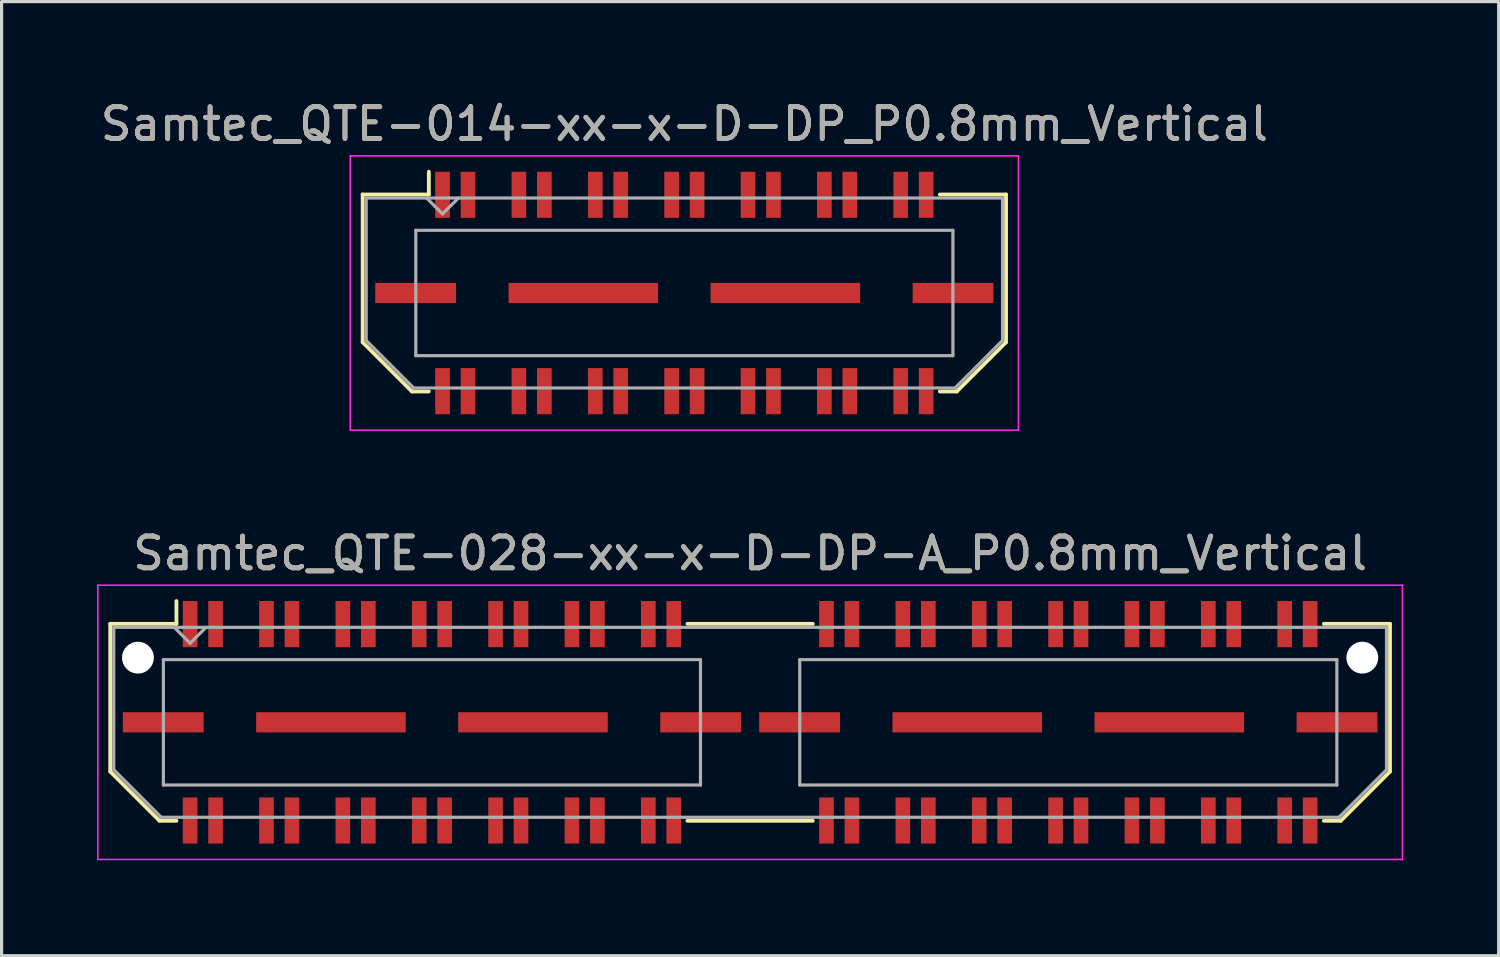
<source format=kicad_pcb>
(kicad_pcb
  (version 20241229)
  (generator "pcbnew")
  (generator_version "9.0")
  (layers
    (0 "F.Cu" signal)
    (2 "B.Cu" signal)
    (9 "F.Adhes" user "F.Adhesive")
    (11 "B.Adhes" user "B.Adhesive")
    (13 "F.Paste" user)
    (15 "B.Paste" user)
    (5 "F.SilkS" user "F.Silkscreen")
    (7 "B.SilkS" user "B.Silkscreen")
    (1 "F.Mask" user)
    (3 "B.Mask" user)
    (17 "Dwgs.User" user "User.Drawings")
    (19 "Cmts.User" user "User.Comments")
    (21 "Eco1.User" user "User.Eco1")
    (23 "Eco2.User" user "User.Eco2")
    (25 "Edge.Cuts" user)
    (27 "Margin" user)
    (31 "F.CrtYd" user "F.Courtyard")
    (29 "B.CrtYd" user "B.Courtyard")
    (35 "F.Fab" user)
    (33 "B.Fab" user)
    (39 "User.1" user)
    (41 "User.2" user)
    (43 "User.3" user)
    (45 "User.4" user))
  (footprint "Samtec_QTE-028-xx-x-D-DP-A_P0.8mm_Vertical"
    (layer "F.Cu")
    (at 20.525 19.651)
    (property "Reference" "Samtec_QTE-028-xx-x-D-DP-A_P0.8mm_Vertical" (at 0 -5.31 0) (layer "F.SilkS") (effects (font (size 1 1) (thickness 0.15))))
    (attr smd)
    (fp_line (start -20.11 -3.095) (end -20.11 1.548) (stroke (width 0.12) (type solid)) (layer "F.SilkS"))
    (fp_line (start -20.11 1.548) (end -18.562 3.095) (stroke (width 0.12) (type solid)) (layer "F.SilkS"))
    (fp_line (start -18.562 3.095) (end -18.03 3.095) (stroke (width 0.12) (type solid)) (layer "F.SilkS"))
    (fp_line (start -18.03 -3.811) (end -18.03 -3.095) (stroke (width 0.12) (type solid)) (layer "F.SilkS"))
    (fp_line (start -18.03 -3.095) (end -20.11 -3.095) (stroke (width 0.12) (type solid)) (layer "F.SilkS"))
    (fp_line (start -1.97 -3.095) (end 1.97 -3.095) (stroke (width 0.12) (type solid)) (layer "F.SilkS"))
    (fp_line (start -1.97 3.095) (end 1.97 3.095) (stroke (width 0.12) (type solid)) (layer "F.SilkS"))
    (fp_line (start 18.03 -3.095) (end 20.11 -3.095) (stroke (width 0.12) (type solid)) (layer "F.SilkS"))
    (fp_line (start 18.562 3.095) (end 18.03 3.095) (stroke (width 0.12) (type solid)) (layer "F.SilkS"))
    (fp_line (start 20.11 -3.095) (end 20.11 1.548) (stroke (width 0.12) (type solid)) (layer "F.SilkS"))
    (fp_line (start 20.11 1.548) (end 18.562 3.095) (stroke (width 0.12) (type solid)) (layer "F.SilkS"))
    (fp_line (start -20.5 -4.31) (end -20.5 4.31) (stroke (width 0.05) (type solid)) (layer "F.CrtYd"))
    (fp_line (start -20.5 4.31) (end 20.5 4.31) (stroke (width 0.05) (type solid)) (layer "F.CrtYd"))
    (fp_line (start 20.5 -4.31) (end -20.5 -4.31) (stroke (width 0.05) (type solid)) (layer "F.CrtYd"))
    (fp_line (start 20.5 4.31) (end 20.5 -4.31) (stroke (width 0.05) (type solid)) (layer "F.CrtYd"))
    (fp_line (start -20 -2.985) (end -20 1.492) (stroke (width 0.1) (type solid)) (layer "F.Fab"))
    (fp_line (start -20 -2.985) (end 20 -2.985) (stroke (width 0.1) (type solid)) (layer "F.Fab"))
    (fp_line (start -20 1.492) (end -18.508 2.985) (stroke (width 0.1) (type solid)) (layer "F.Fab"))
    (fp_line (start -18.508 2.985) (end 18.508 2.985) (stroke (width 0.1) (type solid)) (layer "F.Fab"))
    (fp_line (start -18.44 -1.97) (end -18.44 1.97) (stroke (width 0.1) (type solid)) (layer "F.Fab"))
    (fp_line (start -18.44 1.97) (end -1.56 1.97) (stroke (width 0.1) (type solid)) (layer "F.Fab"))
    (fp_line (start -17.6 -2.485) (end -18.1 -2.985) (stroke (width 0.1) (type solid)) (layer "F.Fab"))
    (fp_line (start -17.1 -2.985) (end -17.6 -2.485) (stroke (width 0.1) (type solid)) (layer "F.Fab"))
    (fp_line (start -1.56 -1.97) (end -18.44 -1.97) (stroke (width 0.1) (type solid)) (layer "F.Fab"))
    (fp_line (start -1.56 1.97) (end -1.56 -1.97) (stroke (width 0.1) (type solid)) (layer "F.Fab"))
    (fp_line (start 1.56 -1.97) (end 1.56 1.97) (stroke (width 0.1) (type solid)) (layer "F.Fab"))
    (fp_line (start 1.56 1.97) (end 18.44 1.97) (stroke (width 0.1) (type solid)) (layer "F.Fab"))
    (fp_line (start 18.44 -1.97) (end 1.56 -1.97) (stroke (width 0.1) (type solid)) (layer "F.Fab"))
    (fp_line (start 18.44 1.97) (end 18.44 -1.97) (stroke (width 0.1) (type solid)) (layer "F.Fab"))
    (fp_line (start 20 -2.985) (end 20 1.492) (stroke (width 0.1) (type solid)) (layer "F.Fab"))
    (fp_line (start 20 1.492) (end 18.508 2.985) (stroke (width 0.1) (type solid)) (layer "F.Fab"))
    (fp_text user "${REFERENCE}" (at 0 -5.31 0) (layer "F.Fab") (effects (font (size 1 1) (thickness 0.15))))
    (pad "" np_thru_hole circle (at -19.24 -2.032) (size 1 1) (drill 1) (layers "*.Cu" "*.Mask"))
    (pad "" np_thru_hole circle (at 19.24 -2.032) (size 1 1) (drill 1) (layers "*.Cu" "*.Mask"))
    (pad "1" smd rect (at -17.6 -3.086) (size 0.46 1.45) (layers "F.Cu" "F.Mask" "F.Paste"))
    (pad "2" smd rect (at -17.6 3.086) (size 0.46 1.45) (layers "F.Cu" "F.Mask" "F.Paste"))
    (pad "3" smd rect (at -16.8 -3.086) (size 0.46 1.45) (layers "F.Cu" "F.Mask" "F.Paste"))
    (pad "4" smd rect (at -16.8 3.086) (size 0.46 1.45) (layers "F.Cu" "F.Mask" "F.Paste"))
    (pad "5" smd rect (at -15.2 -3.086) (size 0.46 1.45) (layers "F.Cu" "F.Mask" "F.Paste"))
    (pad "6" smd rect (at -15.2 3.086) (size 0.46 1.45) (layers "F.Cu" "F.Mask" "F.Paste"))
    (pad "7" smd rect (at -14.4 -3.086) (size 0.46 1.45) (layers "F.Cu" "F.Mask" "F.Paste"))
    (pad "8" smd rect (at -14.4 3.086) (size 0.46 1.45) (layers "F.Cu" "F.Mask" "F.Paste"))
    (pad "9" smd rect (at -12.8 -3.086) (size 0.46 1.45) (layers "F.Cu" "F.Mask" "F.Paste"))
    (pad "10" smd rect (at -12.8 3.086) (size 0.46 1.45) (layers "F.Cu" "F.Mask" "F.Paste"))
    (pad "11" smd rect (at -12 -3.086) (size 0.46 1.45) (layers "F.Cu" "F.Mask" "F.Paste"))
    (pad "12" smd rect (at -12 3.086) (size 0.46 1.45) (layers "F.Cu" "F.Mask" "F.Paste"))
    (pad "13" smd rect (at -10.4 -3.086) (size 0.46 1.45) (layers "F.Cu" "F.Mask" "F.Paste"))
    (pad "14" smd rect (at -10.4 3.086) (size 0.46 1.45) (layers "F.Cu" "F.Mask" "F.Paste"))
    (pad "15" smd rect (at -9.6 -3.086) (size 0.46 1.45) (layers "F.Cu" "F.Mask" "F.Paste"))
    (pad "16" smd rect (at -9.6 3.086) (size 0.46 1.45) (layers "F.Cu" "F.Mask" "F.Paste"))
    (pad "17" smd rect (at -8 -3.086) (size 0.46 1.45) (layers "F.Cu" "F.Mask" "F.Paste"))
    (pad "18" smd rect (at -8 3.086) (size 0.46 1.45) (layers "F.Cu" "F.Mask" "F.Paste"))
    (pad "19" smd rect (at -7.2 -3.086) (size 0.46 1.45) (layers "F.Cu" "F.Mask" "F.Paste"))
    (pad "20" smd rect (at -7.2 3.086) (size 0.46 1.45) (layers "F.Cu" "F.Mask" "F.Paste"))
    (pad "21" smd rect (at -5.6 -3.086) (size 0.46 1.45) (layers "F.Cu" "F.Mask" "F.Paste"))
    (pad "22" smd rect (at -5.6 3.086) (size 0.46 1.45) (layers "F.Cu" "F.Mask" "F.Paste"))
    (pad "23" smd rect (at -4.8 -3.086) (size 0.46 1.45) (layers "F.Cu" "F.Mask" "F.Paste"))
    (pad "24" smd rect (at -4.8 3.086) (size 0.46 1.45) (layers "F.Cu" "F.Mask" "F.Paste"))
    (pad "25" smd rect (at -3.2 -3.086) (size 0.46 1.45) (layers "F.Cu" "F.Mask" "F.Paste"))
    (pad "26" smd rect (at -3.2 3.086) (size 0.46 1.45) (layers "F.Cu" "F.Mask" "F.Paste"))
    (pad "27" smd rect (at -2.4 -3.086) (size 0.46 1.45) (layers "F.Cu" "F.Mask" "F.Paste"))
    (pad "28" smd rect (at -2.4 3.086) (size 0.46 1.45) (layers "F.Cu" "F.Mask" "F.Paste"))
    (pad "29" smd rect (at 2.4 -3.086) (size 0.46 1.45) (layers "F.Cu" "F.Mask" "F.Paste"))
    (pad "30" smd rect (at 2.4 3.086) (size 0.46 1.45) (layers "F.Cu" "F.Mask" "F.Paste"))
    (pad "31" smd rect (at 3.2 -3.086) (size 0.46 1.45) (layers "F.Cu" "F.Mask" "F.Paste"))
    (pad "32" smd rect (at 3.2 3.086) (size 0.46 1.45) (layers "F.Cu" "F.Mask" "F.Paste"))
    (pad "33" smd rect (at 4.8 -3.086) (size 0.46 1.45) (layers "F.Cu" "F.Mask" "F.Paste"))
    (pad "34" smd rect (at 4.8 3.086) (size 0.46 1.45) (layers "F.Cu" "F.Mask" "F.Paste"))
    (pad "35" smd rect (at 5.6 -3.086) (size 0.46 1.45) (layers "F.Cu" "F.Mask" "F.Paste"))
    (pad "36" smd rect (at 5.6 3.086) (size 0.46 1.45) (layers "F.Cu" "F.Mask" "F.Paste"))
    (pad "37" smd rect (at 7.2 -3.086) (size 0.46 1.45) (layers "F.Cu" "F.Mask" "F.Paste"))
    (pad "38" smd rect (at 7.2 3.086) (size 0.46 1.45) (layers "F.Cu" "F.Mask" "F.Paste"))
    (pad "39" smd rect (at 8 -3.086) (size 0.46 1.45) (layers "F.Cu" "F.Mask" "F.Paste"))
    (pad "40" smd rect (at 8 3.086) (size 0.46 1.45) (layers "F.Cu" "F.Mask" "F.Paste"))
    (pad "41" smd rect (at 9.6 -3.086) (size 0.46 1.45) (layers "F.Cu" "F.Mask" "F.Paste"))
    (pad "42" smd rect (at 9.6 3.086) (size 0.46 1.45) (layers "F.Cu" "F.Mask" "F.Paste"))
    (pad "43" smd rect (at 10.4 -3.086) (size 0.46 1.45) (layers "F.Cu" "F.Mask" "F.Paste"))
    (pad "44" smd rect (at 10.4 3.086) (size 0.46 1.45) (layers "F.Cu" "F.Mask" "F.Paste"))
    (pad "45" smd rect (at 12 -3.086) (size 0.46 1.45) (layers "F.Cu" "F.Mask" "F.Paste"))
    (pad "46" smd rect (at 12 3.086) (size 0.46 1.45) (layers "F.Cu" "F.Mask" "F.Paste"))
    (pad "47" smd rect (at 12.8 -3.086) (size 0.46 1.45) (layers "F.Cu" "F.Mask" "F.Paste"))
    (pad "48" smd rect (at 12.8 3.086) (size 0.46 1.45) (layers "F.Cu" "F.Mask" "F.Paste"))
    (pad "49" smd rect (at 14.4 -3.086) (size 0.46 1.45) (layers "F.Cu" "F.Mask" "F.Paste"))
    (pad "50" smd rect (at 14.4 3.086) (size 0.46 1.45) (layers "F.Cu" "F.Mask" "F.Paste"))
    (pad "51" smd rect (at 15.2 -3.086) (size 0.46 1.45) (layers "F.Cu" "F.Mask" "F.Paste"))
    (pad "52" smd rect (at 15.2 3.086) (size 0.46 1.45) (layers "F.Cu" "F.Mask" "F.Paste"))
    (pad "53" smd rect (at 16.8 -3.086) (size 0.46 1.45) (layers "F.Cu" "F.Mask" "F.Paste"))
    (pad "54" smd rect (at 16.8 3.086) (size 0.46 1.45) (layers "F.Cu" "F.Mask" "F.Paste"))
    (pad "55" smd rect (at 17.6 -3.086) (size 0.46 1.45) (layers "F.Cu" "F.Mask" "F.Paste"))
    (pad "56" smd rect (at 17.6 3.086) (size 0.46 1.45) (layers "F.Cu" "F.Mask" "F.Paste"))
    (pad "P1" smd rect (at -18.445 0) (size 2.54 0.635) (layers "F.Cu" "F.Mask" "F.Paste"))
    (pad "P1" smd rect (at -13.175 0) (size 4.7 0.635) (layers "F.Cu" "F.Mask" "F.Paste"))
    (pad "P1" smd rect (at -6.825 0) (size 4.7 0.635) (layers "F.Cu" "F.Mask" "F.Paste"))
    (pad "P1" smd rect (at -1.555 0) (size 2.54 0.635) (layers "F.Cu" "F.Mask" "F.Paste"))
    (pad "P2" smd rect (at 1.555 0) (size 2.54 0.635) (layers "F.Cu" "F.Mask" "F.Paste"))
    (pad "P2" smd rect (at 6.825 0) (size 4.7 0.635) (layers "F.Cu" "F.Mask" "F.Paste"))
    (pad "P2" smd rect (at 13.175 0) (size 4.7 0.635) (layers "F.Cu" "F.Mask" "F.Paste"))
    (pad "P2" smd rect (at 18.445 0) (size 2.54 0.635) (layers "F.Cu" "F.Mask" "F.Paste")))
  (footprint "Samtec_QTE-014-xx-x-D-DP_P0.8mm_Vertical"
    (layer "F.Cu")
    (at 18.458 6.158)
    (property "Reference" "Samtec_QTE-014-xx-x-D-DP_P0.8mm_Vertical" (at 0 -5.31 0) (layer "F.SilkS") (effects (font (size 1 1) (thickness 0.15))))
    (attr smd)
    (fp_line (start -10.11 -3.095) (end -10.11 1.548) (stroke (width 0.12) (type solid)) (layer "F.SilkS"))
    (fp_line (start -10.11 1.548) (end -8.562 3.095) (stroke (width 0.12) (type solid)) (layer "F.SilkS"))
    (fp_line (start -8.562 3.095) (end -8.03 3.095) (stroke (width 0.12) (type solid)) (layer "F.SilkS"))
    (fp_line (start -8.03 -3.811) (end -8.03 -3.095) (stroke (width 0.12) (type solid)) (layer "F.SilkS"))
    (fp_line (start -8.03 -3.095) (end -10.11 -3.095) (stroke (width 0.12) (type solid)) (layer "F.SilkS"))
    (fp_line (start 8.03 -3.095) (end 10.11 -3.095) (stroke (width 0.12) (type solid)) (layer "F.SilkS"))
    (fp_line (start 8.562 3.095) (end 8.03 3.095) (stroke (width 0.12) (type solid)) (layer "F.SilkS"))
    (fp_line (start 10.11 -3.095) (end 10.11 1.548) (stroke (width 0.12) (type solid)) (layer "F.SilkS"))
    (fp_line (start 10.11 1.548) (end 8.562 3.095) (stroke (width 0.12) (type solid)) (layer "F.SilkS"))
    (fp_line (start -10.5 -4.31) (end -10.5 4.31) (stroke (width 0.05) (type solid)) (layer "F.CrtYd"))
    (fp_line (start -10.5 4.31) (end 10.5 4.31) (stroke (width 0.05) (type solid)) (layer "F.CrtYd"))
    (fp_line (start 10.5 -4.31) (end -10.5 -4.31) (stroke (width 0.05) (type solid)) (layer "F.CrtYd"))
    (fp_line (start 10.5 4.31) (end 10.5 -4.31) (stroke (width 0.05) (type solid)) (layer "F.CrtYd"))
    (fp_line (start -10 -2.985) (end -10 1.492) (stroke (width 0.1) (type solid)) (layer "F.Fab"))
    (fp_line (start -10 -2.985) (end 10 -2.985) (stroke (width 0.1) (type solid)) (layer "F.Fab"))
    (fp_line (start -10 1.492) (end -8.508 2.985) (stroke (width 0.1) (type solid)) (layer "F.Fab"))
    (fp_line (start -8.508 2.985) (end 8.508 2.985) (stroke (width 0.1) (type solid)) (layer "F.Fab"))
    (fp_line (start -8.44 -1.97) (end -8.44 1.97) (stroke (width 0.1) (type solid)) (layer "F.Fab"))
    (fp_line (start -8.44 1.97) (end 8.44 1.97) (stroke (width 0.1) (type solid)) (layer "F.Fab"))
    (fp_line (start -7.6 -2.485) (end -8.1 -2.985) (stroke (width 0.1) (type solid)) (layer "F.Fab"))
    (fp_line (start -7.1 -2.985) (end -7.6 -2.485) (stroke (width 0.1) (type solid)) (layer "F.Fab"))
    (fp_line (start 8.44 -1.97) (end -8.44 -1.97) (stroke (width 0.1) (type solid)) (layer "F.Fab"))
    (fp_line (start 8.44 1.97) (end 8.44 -1.97) (stroke (width 0.1) (type solid)) (layer "F.Fab"))
    (fp_line (start 10 -2.985) (end 10 1.492) (stroke (width 0.1) (type solid)) (layer "F.Fab"))
    (fp_line (start 10 1.492) (end 8.508 2.985) (stroke (width 0.1) (type solid)) (layer "F.Fab"))
    (fp_text user "${REFERENCE}" (at 0 -5.31 0) (layer "F.Fab") (effects (font (size 1 1) (thickness 0.15))))
    (pad "1" smd rect (at -7.6 -3.086) (size 0.46 1.45) (layers "F.Cu" "F.Mask" "F.Paste"))
    (pad "2" smd rect (at -7.6 3.086) (size 0.46 1.45) (layers "F.Cu" "F.Mask" "F.Paste"))
    (pad "3" smd rect (at -6.8 -3.086) (size 0.46 1.45) (layers "F.Cu" "F.Mask" "F.Paste"))
    (pad "4" smd rect (at -6.8 3.086) (size 0.46 1.45) (layers "F.Cu" "F.Mask" "F.Paste"))
    (pad "5" smd rect (at -5.2 -3.086) (size 0.46 1.45) (layers "F.Cu" "F.Mask" "F.Paste"))
    (pad "6" smd rect (at -5.2 3.086) (size 0.46 1.45) (layers "F.Cu" "F.Mask" "F.Paste"))
    (pad "7" smd rect (at -4.4 -3.086) (size 0.46 1.45) (layers "F.Cu" "F.Mask" "F.Paste"))
    (pad "8" smd rect (at -4.4 3.086) (size 0.46 1.45) (layers "F.Cu" "F.Mask" "F.Paste"))
    (pad "9" smd rect (at -2.8 -3.086) (size 0.46 1.45) (layers "F.Cu" "F.Mask" "F.Paste"))
    (pad "10" smd rect (at -2.8 3.086) (size 0.46 1.45) (layers "F.Cu" "F.Mask" "F.Paste"))
    (pad "11" smd rect (at -2 -3.086) (size 0.46 1.45) (layers "F.Cu" "F.Mask" "F.Paste"))
    (pad "12" smd rect (at -2 3.086) (size 0.46 1.45) (layers "F.Cu" "F.Mask" "F.Paste"))
    (pad "13" smd rect (at -0.4 -3.086) (size 0.46 1.45) (layers "F.Cu" "F.Mask" "F.Paste"))
    (pad "14" smd rect (at -0.4 3.086) (size 0.46 1.45) (layers "F.Cu" "F.Mask" "F.Paste"))
    (pad "15" smd rect (at 0.4 -3.086) (size 0.46 1.45) (layers "F.Cu" "F.Mask" "F.Paste"))
    (pad "16" smd rect (at 0.4 3.086) (size 0.46 1.45) (layers "F.Cu" "F.Mask" "F.Paste"))
    (pad "17" smd rect (at 2 -3.086) (size 0.46 1.45) (layers "F.Cu" "F.Mask" "F.Paste"))
    (pad "18" smd rect (at 2 3.086) (size 0.46 1.45) (layers "F.Cu" "F.Mask" "F.Paste"))
    (pad "19" smd rect (at 2.8 -3.086) (size 0.46 1.45) (layers "F.Cu" "F.Mask" "F.Paste"))
    (pad "20" smd rect (at 2.8 3.086) (size 0.46 1.45) (layers "F.Cu" "F.Mask" "F.Paste"))
    (pad "21" smd rect (at 4.4 -3.086) (size 0.46 1.45) (layers "F.Cu" "F.Mask" "F.Paste"))
    (pad "22" smd rect (at 4.4 3.086) (size 0.46 1.45) (layers "F.Cu" "F.Mask" "F.Paste"))
    (pad "23" smd rect (at 5.2 -3.086) (size 0.46 1.45) (layers "F.Cu" "F.Mask" "F.Paste"))
    (pad "24" smd rect (at 5.2 3.086) (size 0.46 1.45) (layers "F.Cu" "F.Mask" "F.Paste"))
    (pad "25" smd rect (at 6.8 -3.086) (size 0.46 1.45) (layers "F.Cu" "F.Mask" "F.Paste"))
    (pad "26" smd rect (at 6.8 3.086) (size 0.46 1.45) (layers "F.Cu" "F.Mask" "F.Paste"))
    (pad "27" smd rect (at 7.6 -3.086) (size 0.46 1.45) (layers "F.Cu" "F.Mask" "F.Paste"))
    (pad "28" smd rect (at 7.6 3.086) (size 0.46 1.45) (layers "F.Cu" "F.Mask" "F.Paste"))
    (pad "P1" smd rect (at -8.445 0) (size 2.54 0.635) (layers "F.Cu" "F.Mask" "F.Paste"))
    (pad "P1" smd rect (at -3.175 0) (size 4.7 0.635) (layers "F.Cu" "F.Mask" "F.Paste"))
    (pad "P1" smd rect (at 3.175 0) (size 4.7 0.635) (layers "F.Cu" "F.Mask" "F.Paste"))
    (pad "P1" smd rect (at 8.445 0) (size 2.54 0.635) (layers "F.Cu" "F.Mask" "F.Paste")))
  (gr_rect
    (start -3 -3)
    (end 44.05 26.986)
    (stroke (width 0.1) (type default))
    (fill no)
    (layer "Edge.Cuts")))
</source>
